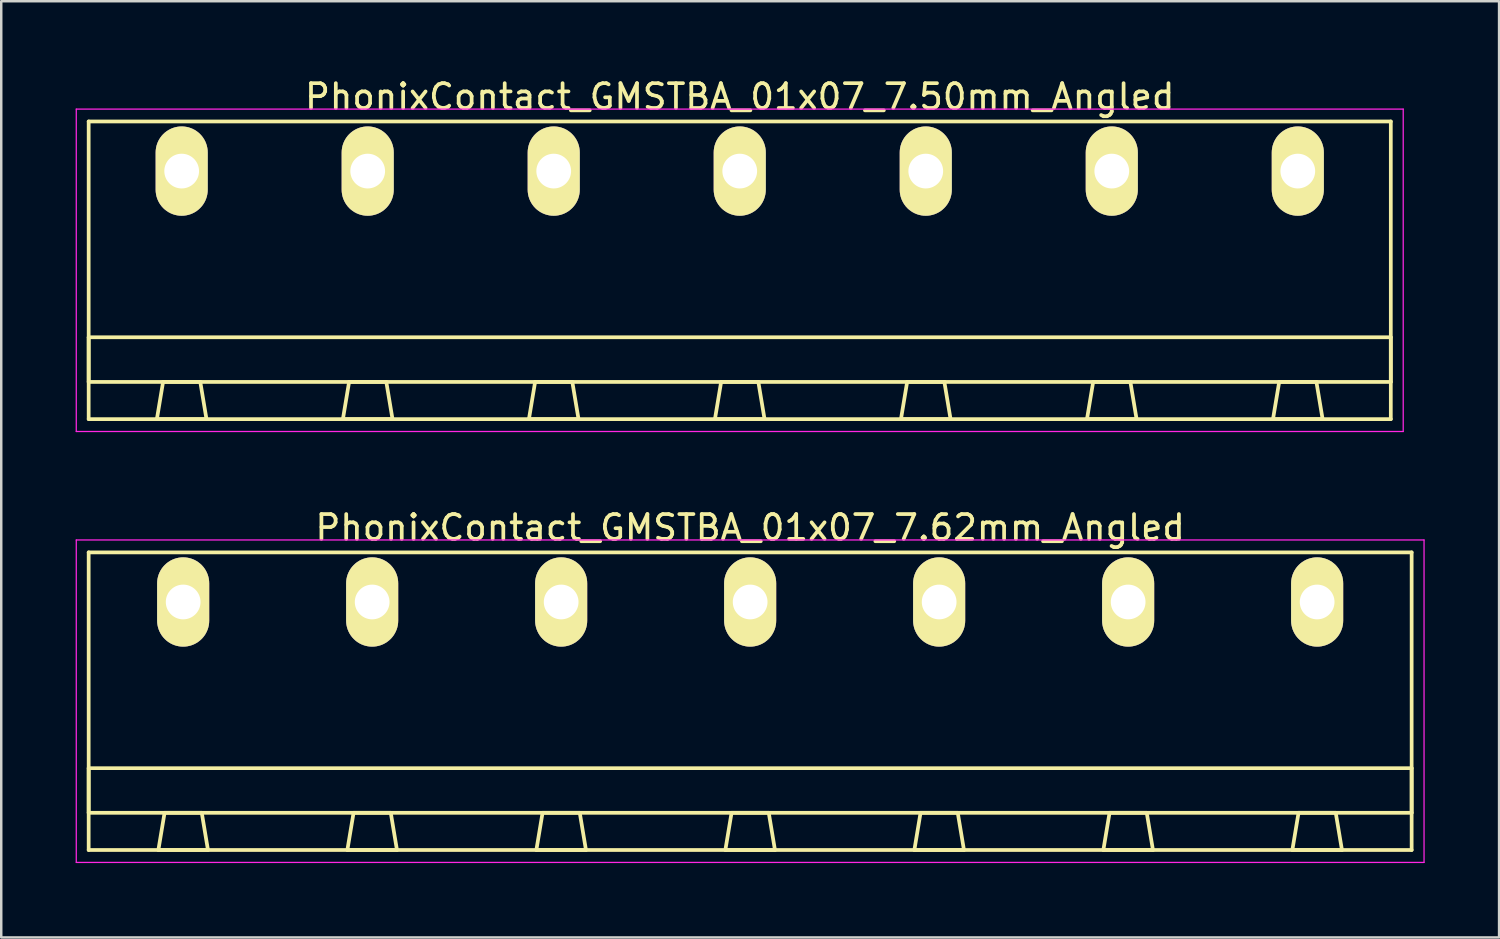
<source format=kicad_pcb>
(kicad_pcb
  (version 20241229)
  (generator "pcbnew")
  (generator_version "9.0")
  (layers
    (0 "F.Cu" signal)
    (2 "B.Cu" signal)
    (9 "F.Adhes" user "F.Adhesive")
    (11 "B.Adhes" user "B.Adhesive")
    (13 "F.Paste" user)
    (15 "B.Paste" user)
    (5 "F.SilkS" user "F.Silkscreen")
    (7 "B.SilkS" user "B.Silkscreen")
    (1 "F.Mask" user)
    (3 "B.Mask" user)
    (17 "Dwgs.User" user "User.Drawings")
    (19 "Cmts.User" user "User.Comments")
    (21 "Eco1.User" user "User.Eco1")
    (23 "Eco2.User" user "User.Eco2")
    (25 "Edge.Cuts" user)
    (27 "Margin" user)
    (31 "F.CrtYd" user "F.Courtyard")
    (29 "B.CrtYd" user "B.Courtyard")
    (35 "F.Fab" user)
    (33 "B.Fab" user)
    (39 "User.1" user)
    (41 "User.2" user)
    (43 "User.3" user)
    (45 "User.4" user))
  (footprint "PhonixContact_GMSTBA_01x07_7.62mm_Angled"
    (layer "F.Cu")
    (at 4.335 21.221)
    (property "Reference" "PhonixContact_GMSTBA_01x07_7.62mm_Angled" (at 22.86 -3 0) (layer "F.SilkS") (effects (font (size 1 1) (thickness 0.15))))
    (attr through_hole)
    (fp_line (start -3.81 -2) (end -3.81 10) (stroke (width 0.15) (type solid)) (layer "F.SilkS"))
    (fp_line (start -3.81 6.7) (end 49.53 6.7) (stroke (width 0.15) (type solid)) (layer "F.SilkS"))
    (fp_line (start -3.81 8.5) (end -3.81 6.7) (stroke (width 0.15) (type solid)) (layer "F.SilkS"))
    (fp_line (start -3.81 10) (end 49.53 10) (stroke (width 0.15) (type solid)) (layer "F.SilkS"))
    (fp_line (start -1 10) (end 1 10) (stroke (width 0.15) (type solid)) (layer "F.SilkS"))
    (fp_line (start -0.75 8.5) (end -1 10) (stroke (width 0.15) (type solid)) (layer "F.SilkS"))
    (fp_line (start 0.75 8.5) (end -0.75 8.5) (stroke (width 0.15) (type solid)) (layer "F.SilkS"))
    (fp_line (start 1 10) (end 0.75 8.5) (stroke (width 0.15) (type solid)) (layer "F.SilkS"))
    (fp_line (start 6.62 10) (end 8.62 10) (stroke (width 0.15) (type solid)) (layer "F.SilkS"))
    (fp_line (start 6.87 8.5) (end 6.62 10) (stroke (width 0.15) (type solid)) (layer "F.SilkS"))
    (fp_line (start 8.37 8.5) (end 6.87 8.5) (stroke (width 0.15) (type solid)) (layer "F.SilkS"))
    (fp_line (start 8.62 10) (end 8.37 8.5) (stroke (width 0.15) (type solid)) (layer "F.SilkS"))
    (fp_line (start 14.24 10) (end 16.24 10) (stroke (width 0.15) (type solid)) (layer "F.SilkS"))
    (fp_line (start 14.49 8.5) (end 14.24 10) (stroke (width 0.15) (type solid)) (layer "F.SilkS"))
    (fp_line (start 15.99 8.5) (end 14.49 8.5) (stroke (width 0.15) (type solid)) (layer "F.SilkS"))
    (fp_line (start 16.24 10) (end 15.99 8.5) (stroke (width 0.15) (type solid)) (layer "F.SilkS"))
    (fp_line (start 21.86 10) (end 23.86 10) (stroke (width 0.15) (type solid)) (layer "F.SilkS"))
    (fp_line (start 22.11 8.5) (end 21.86 10) (stroke (width 0.15) (type solid)) (layer "F.SilkS"))
    (fp_line (start 23.61 8.5) (end 22.11 8.5) (stroke (width 0.15) (type solid)) (layer "F.SilkS"))
    (fp_line (start 23.86 10) (end 23.61 8.5) (stroke (width 0.15) (type solid)) (layer "F.SilkS"))
    (fp_line (start 29.48 10) (end 31.48 10) (stroke (width 0.15) (type solid)) (layer "F.SilkS"))
    (fp_line (start 29.73 8.5) (end 29.48 10) (stroke (width 0.15) (type solid)) (layer "F.SilkS"))
    (fp_line (start 31.23 8.5) (end 29.73 8.5) (stroke (width 0.15) (type solid)) (layer "F.SilkS"))
    (fp_line (start 31.48 10) (end 31.23 8.5) (stroke (width 0.15) (type solid)) (layer "F.SilkS"))
    (fp_line (start 37.1 10) (end 39.1 10) (stroke (width 0.15) (type solid)) (layer "F.SilkS"))
    (fp_line (start 37.35 8.5) (end 37.1 10) (stroke (width 0.15) (type solid)) (layer "F.SilkS"))
    (fp_line (start 38.85 8.5) (end 37.35 8.5) (stroke (width 0.15) (type solid)) (layer "F.SilkS"))
    (fp_line (start 39.1 10) (end 38.85 8.5) (stroke (width 0.15) (type solid)) (layer "F.SilkS"))
    (fp_line (start 44.72 10) (end 46.72 10) (stroke (width 0.15) (type solid)) (layer "F.SilkS"))
    (fp_line (start 44.97 8.5) (end 44.72 10) (stroke (width 0.15) (type solid)) (layer "F.SilkS"))
    (fp_line (start 46.47 8.5) (end 44.97 8.5) (stroke (width 0.15) (type solid)) (layer "F.SilkS"))
    (fp_line (start 46.72 10) (end 46.47 8.5) (stroke (width 0.15) (type solid)) (layer "F.SilkS"))
    (fp_line (start 49.53 -2) (end -3.81 -2) (stroke (width 0.15) (type solid)) (layer "F.SilkS"))
    (fp_line (start 49.53 6.7) (end 49.53 8.5) (stroke (width 0.15) (type solid)) (layer "F.SilkS"))
    (fp_line (start 49.53 8.5) (end -3.81 8.5) (stroke (width 0.15) (type solid)) (layer "F.SilkS"))
    (fp_line (start 49.53 10) (end 49.53 -2) (stroke (width 0.15) (type solid)) (layer "F.SilkS"))
    (fp_line (start -4.31 -2.5) (end -4.31 10.5) (stroke (width 0.05) (type solid)) (layer "F.CrtYd"))
    (fp_line (start -4.31 10.5) (end 50.03 10.5) (stroke (width 0.05) (type solid)) (layer "F.CrtYd"))
    (fp_line (start 50.03 -2.5) (end -4.31 -2.5) (stroke (width 0.05) (type solid)) (layer "F.CrtYd"))
    (fp_line (start 50.03 10.5) (end 50.03 -2.5) (stroke (width 0.05) (type solid)) (layer "F.CrtYd"))
    (pad "1" thru_hole oval (at 0 0) (size 2.1 3.6) (drill 1.4) (layers "*.Cu" "*.Mask" "F.SilkS"))
    (pad "2" thru_hole oval (at 7.62 0) (size 2.1 3.6) (drill 1.4) (layers "*.Cu" "*.Mask" "F.SilkS"))
    (pad "3" thru_hole oval (at 15.24 0) (size 2.1 3.6) (drill 1.4) (layers "*.Cu" "*.Mask" "F.SilkS"))
    (pad "4" thru_hole oval (at 22.86 0) (size 2.1 3.6) (drill 1.4) (layers "*.Cu" "*.Mask" "F.SilkS"))
    (pad "5" thru_hole oval (at 30.48 0) (size 2.1 3.6) (drill 1.4) (layers "*.Cu" "*.Mask" "F.SilkS"))
    (pad "6" thru_hole oval (at 38.1 0) (size 2.1 3.6) (drill 1.4) (layers "*.Cu" "*.Mask" "F.SilkS"))
    (pad "7" thru_hole oval (at 45.72 0) (size 2.1 3.6) (drill 1.4) (layers "*.Cu" "*.Mask" "F.SilkS")))
  (footprint "PhonixContact_GMSTBA_01x07_7.50mm_Angled"
    (layer "F.Cu")
    (at 4.275 3.848)
    (property "Reference" "PhonixContact_GMSTBA_01x07_7.50mm_Angled" (at 22.5 -3 0) (layer "F.SilkS") (effects (font (size 1 1) (thickness 0.15))))
    (attr through_hole)
    (fp_line (start -3.75 -2) (end -3.75 10) (stroke (width 0.15) (type solid)) (layer "F.SilkS"))
    (fp_line (start -3.75 6.7) (end 48.75 6.7) (stroke (width 0.15) (type solid)) (layer "F.SilkS"))
    (fp_line (start -3.75 8.5) (end -3.75 6.7) (stroke (width 0.15) (type solid)) (layer "F.SilkS"))
    (fp_line (start -3.75 10) (end 48.75 10) (stroke (width 0.15) (type solid)) (layer "F.SilkS"))
    (fp_line (start -1 10) (end 1 10) (stroke (width 0.15) (type solid)) (layer "F.SilkS"))
    (fp_line (start -0.75 8.5) (end -1 10) (stroke (width 0.15) (type solid)) (layer "F.SilkS"))
    (fp_line (start 0.75 8.5) (end -0.75 8.5) (stroke (width 0.15) (type solid)) (layer "F.SilkS"))
    (fp_line (start 1 10) (end 0.75 8.5) (stroke (width 0.15) (type solid)) (layer "F.SilkS"))
    (fp_line (start 6.5 10) (end 8.5 10) (stroke (width 0.15) (type solid)) (layer "F.SilkS"))
    (fp_line (start 6.75 8.5) (end 6.5 10) (stroke (width 0.15) (type solid)) (layer "F.SilkS"))
    (fp_line (start 8.25 8.5) (end 6.75 8.5) (stroke (width 0.15) (type solid)) (layer "F.SilkS"))
    (fp_line (start 8.5 10) (end 8.25 8.5) (stroke (width 0.15) (type solid)) (layer "F.SilkS"))
    (fp_line (start 14 10) (end 16 10) (stroke (width 0.15) (type solid)) (layer "F.SilkS"))
    (fp_line (start 14.25 8.5) (end 14 10) (stroke (width 0.15) (type solid)) (layer "F.SilkS"))
    (fp_line (start 15.75 8.5) (end 14.25 8.5) (stroke (width 0.15) (type solid)) (layer "F.SilkS"))
    (fp_line (start 16 10) (end 15.75 8.5) (stroke (width 0.15) (type solid)) (layer "F.SilkS"))
    (fp_line (start 21.5 10) (end 23.5 10) (stroke (width 0.15) (type solid)) (layer "F.SilkS"))
    (fp_line (start 21.75 8.5) (end 21.5 10) (stroke (width 0.15) (type solid)) (layer "F.SilkS"))
    (fp_line (start 23.25 8.5) (end 21.75 8.5) (stroke (width 0.15) (type solid)) (layer "F.SilkS"))
    (fp_line (start 23.5 10) (end 23.25 8.5) (stroke (width 0.15) (type solid)) (layer "F.SilkS"))
    (fp_line (start 29 10) (end 31 10) (stroke (width 0.15) (type solid)) (layer "F.SilkS"))
    (fp_line (start 29.25 8.5) (end 29 10) (stroke (width 0.15) (type solid)) (layer "F.SilkS"))
    (fp_line (start 30.75 8.5) (end 29.25 8.5) (stroke (width 0.15) (type solid)) (layer "F.SilkS"))
    (fp_line (start 31 10) (end 30.75 8.5) (stroke (width 0.15) (type solid)) (layer "F.SilkS"))
    (fp_line (start 36.5 10) (end 38.5 10) (stroke (width 0.15) (type solid)) (layer "F.SilkS"))
    (fp_line (start 36.75 8.5) (end 36.5 10) (stroke (width 0.15) (type solid)) (layer "F.SilkS"))
    (fp_line (start 38.25 8.5) (end 36.75 8.5) (stroke (width 0.15) (type solid)) (layer "F.SilkS"))
    (fp_line (start 38.5 10) (end 38.25 8.5) (stroke (width 0.15) (type solid)) (layer "F.SilkS"))
    (fp_line (start 44 10) (end 46 10) (stroke (width 0.15) (type solid)) (layer "F.SilkS"))
    (fp_line (start 44.25 8.5) (end 44 10) (stroke (width 0.15) (type solid)) (layer "F.SilkS"))
    (fp_line (start 45.75 8.5) (end 44.25 8.5) (stroke (width 0.15) (type solid)) (layer "F.SilkS"))
    (fp_line (start 46 10) (end 45.75 8.5) (stroke (width 0.15) (type solid)) (layer "F.SilkS"))
    (fp_line (start 48.75 -2) (end -3.75 -2) (stroke (width 0.15) (type solid)) (layer "F.SilkS"))
    (fp_line (start 48.75 6.7) (end 48.75 8.5) (stroke (width 0.15) (type solid)) (layer "F.SilkS"))
    (fp_line (start 48.75 8.5) (end -3.75 8.5) (stroke (width 0.15) (type solid)) (layer "F.SilkS"))
    (fp_line (start 48.75 10) (end 48.75 -2) (stroke (width 0.15) (type solid)) (layer "F.SilkS"))
    (fp_line (start -4.25 -2.5) (end -4.25 10.5) (stroke (width 0.05) (type solid)) (layer "F.CrtYd"))
    (fp_line (start -4.25 10.5) (end 49.25 10.5) (stroke (width 0.05) (type solid)) (layer "F.CrtYd"))
    (fp_line (start 49.25 -2.5) (end -4.25 -2.5) (stroke (width 0.05) (type solid)) (layer "F.CrtYd"))
    (fp_line (start 49.25 10.5) (end 49.25 -2.5) (stroke (width 0.05) (type solid)) (layer "F.CrtYd"))
    (pad "1" thru_hole oval (at 0 0) (size 2.1 3.6) (drill 1.4) (layers "*.Cu" "*.Mask" "F.SilkS"))
    (pad "2" thru_hole oval (at 7.5 0) (size 2.1 3.6) (drill 1.4) (layers "*.Cu" "*.Mask" "F.SilkS"))
    (pad "3" thru_hole oval (at 15 0) (size 2.1 3.6) (drill 1.4) (layers "*.Cu" "*.Mask" "F.SilkS"))
    (pad "4" thru_hole oval (at 22.5 0) (size 2.1 3.6) (drill 1.4) (layers "*.Cu" "*.Mask" "F.SilkS"))
    (pad "5" thru_hole oval (at 30 0) (size 2.1 3.6) (drill 1.4) (layers "*.Cu" "*.Mask" "F.SilkS"))
    (pad "6" thru_hole oval (at 37.5 0) (size 2.1 3.6) (drill 1.4) (layers "*.Cu" "*.Mask" "F.SilkS"))
    (pad "7" thru_hole oval (at 45 0) (size 2.1 3.6) (drill 1.4) (layers "*.Cu" "*.Mask" "F.SilkS")))
  (gr_rect
    (start -3 -3)
    (end 57.39 34.746)
    (stroke (width 0.1) (type default))
    (fill no)
    (layer "Edge.Cuts")))
</source>
